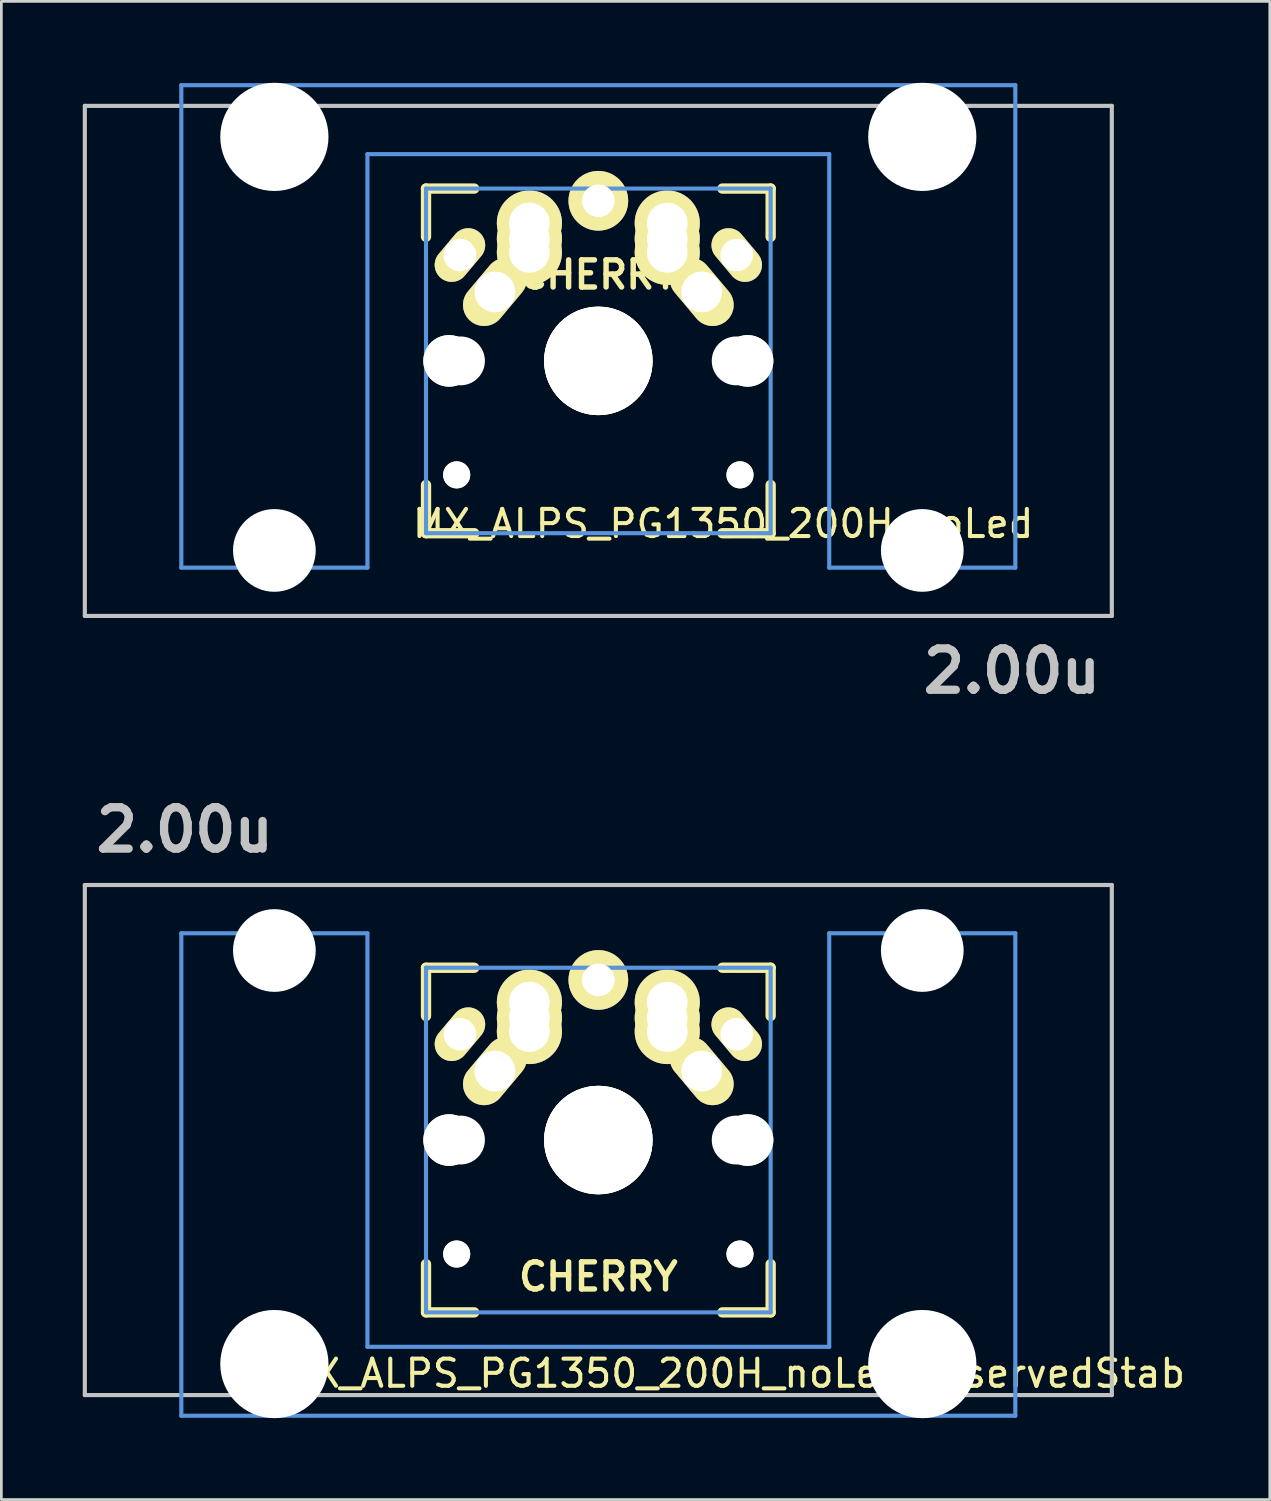
<source format=kicad_pcb>
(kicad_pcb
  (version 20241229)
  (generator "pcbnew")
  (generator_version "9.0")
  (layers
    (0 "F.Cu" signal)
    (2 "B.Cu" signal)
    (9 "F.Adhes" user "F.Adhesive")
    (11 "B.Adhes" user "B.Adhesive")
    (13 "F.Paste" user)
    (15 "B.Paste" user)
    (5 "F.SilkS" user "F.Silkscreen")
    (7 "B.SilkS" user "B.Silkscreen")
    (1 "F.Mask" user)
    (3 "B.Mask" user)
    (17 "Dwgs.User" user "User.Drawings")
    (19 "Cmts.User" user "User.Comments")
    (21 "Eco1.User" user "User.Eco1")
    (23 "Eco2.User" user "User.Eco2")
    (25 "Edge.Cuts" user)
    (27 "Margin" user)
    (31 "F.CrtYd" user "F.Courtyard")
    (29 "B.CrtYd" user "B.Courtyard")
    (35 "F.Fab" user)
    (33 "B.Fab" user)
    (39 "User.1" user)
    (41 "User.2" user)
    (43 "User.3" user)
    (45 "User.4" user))
  (footprint "MX_ALPS_PG1350_200H_noLed_reservedStab"
    (layer "F.Cu")
    (at 18.999 38.962)
    (property "Reference" "MX_ALPS_PG1350_200H_noLed_reservedStab" (at 5 8.6 180) (layer "F.SilkS") (effects (font (size 1 1) (thickness 0.15))))
    (attr through_hole)
    (fp_line (start -6.35 -6.35) (end -4.572 -6.35) (stroke (width 0.381) (type solid)) (layer "F.SilkS"))
    (fp_line (start -6.35 -4.572) (end -6.35 -6.35) (stroke (width 0.381) (type solid)) (layer "F.SilkS"))
    (fp_line (start -6.35 6.35) (end -6.35 4.572) (stroke (width 0.381) (type solid)) (layer "F.SilkS"))
    (fp_line (start -4.572 6.35) (end -6.35 6.35) (stroke (width 0.381) (type solid)) (layer "F.SilkS"))
    (fp_line (start 4.572 -6.35) (end 6.35 -6.35) (stroke (width 0.381) (type solid)) (layer "F.SilkS"))
    (fp_line (start 6.35 -6.35) (end 6.35 -4.572) (stroke (width 0.381) (type solid)) (layer "F.SilkS"))
    (fp_line (start 6.35 4.572) (end 6.35 6.35) (stroke (width 0.381) (type solid)) (layer "F.SilkS"))
    (fp_line (start 6.35 6.35) (end 4.572 6.35) (stroke (width 0.381) (type solid)) (layer "F.SilkS"))
    (fp_line (start -18.923 -9.398) (end 18.923 -9.398) (stroke (width 0.152) (type solid)) (layer "Dwgs.User"))
    (fp_line (start -18.923 9.398) (end -18.923 -9.398) (stroke (width 0.152) (type solid)) (layer "Dwgs.User"))
    (fp_line (start 18.923 -9.398) (end 18.923 9.398) (stroke (width 0.152) (type solid)) (layer "Dwgs.User"))
    (fp_line (start 18.923 9.398) (end -18.923 9.398) (stroke (width 0.152) (type solid)) (layer "Dwgs.User"))
    (fp_line (start -15.367 -7.62) (end -15.367 10.16) (stroke (width 0.152) (type solid)) (layer "Cmts.User"))
    (fp_line (start -15.367 10.16) (end 15.367 10.16) (stroke (width 0.152) (type solid)) (layer "Cmts.User"))
    (fp_line (start -8.509 -7.62) (end -15.367 -7.62) (stroke (width 0.152) (type solid)) (layer "Cmts.User"))
    (fp_line (start -8.509 7.62) (end -8.509 -7.62) (stroke (width 0.152) (type solid)) (layer "Cmts.User"))
    (fp_line (start -6.35 -6.35) (end 6.35 -6.35) (stroke (width 0.152) (type solid)) (layer "Cmts.User"))
    (fp_line (start -6.35 6.35) (end -6.35 -6.35) (stroke (width 0.152) (type solid)) (layer "Cmts.User"))
    (fp_line (start 6.35 -6.35) (end 6.35 6.35) (stroke (width 0.152) (type solid)) (layer "Cmts.User"))
    (fp_line (start 6.35 6.35) (end -6.35 6.35) (stroke (width 0.152) (type solid)) (layer "Cmts.User"))
    (fp_line (start 8.509 -7.62) (end 8.509 7.62) (stroke (width 0.152) (type solid)) (layer "Cmts.User"))
    (fp_line (start 8.509 7.62) (end -8.509 7.62) (stroke (width 0.152) (type solid)) (layer "Cmts.User"))
    (fp_line (start 15.367 -7.62) (end 8.509 -7.62) (stroke (width 0.152) (type solid)) (layer "Cmts.User"))
    (fp_line (start 15.367 10.16) (end 15.367 -7.62) (stroke (width 0.152) (type solid)) (layer "Cmts.User"))
    (fp_line (start -16.129 -2.286) (end -15.265 -2.286) (stroke (width 0.152) (type solid)) (layer "Eco2.User"))
    (fp_line (start -16.129 0.508) (end -16.129 -2.286) (stroke (width 0.152) (type solid)) (layer "Eco2.User"))
    (fp_line (start -15.265 -5.69) (end -8.611 -5.69) (stroke (width 0.152) (type solid)) (layer "Eco2.User"))
    (fp_line (start -15.265 -2.286) (end -15.265 -5.69) (stroke (width 0.152) (type solid)) (layer "Eco2.User"))
    (fp_line (start -15.265 0.508) (end -16.129 0.508) (stroke (width 0.152) (type solid)) (layer "Eco2.User"))
    (fp_line (start -15.265 6.604) (end -15.265 0.508) (stroke (width 0.152) (type solid)) (layer "Eco2.User"))
    (fp_line (start -14.224 6.604) (end -15.265 6.604) (stroke (width 0.152) (type solid)) (layer "Eco2.User"))
    (fp_line (start -14.224 7.772) (end -14.224 6.604) (stroke (width 0.152) (type solid)) (layer "Eco2.User"))
    (fp_line (start -9.652 6.604) (end -9.652 7.772) (stroke (width 0.152) (type solid)) (layer "Eco2.User"))
    (fp_line (start -9.652 7.772) (end -14.224 7.772) (stroke (width 0.152) (type solid)) (layer "Eco2.User"))
    (fp_line (start -8.611 -5.69) (end -8.611 -4.877) (stroke (width 0.152) (type solid)) (layer "Eco2.User"))
    (fp_line (start -8.611 -4.877) (end -6.985 -4.877) (stroke (width 0.152) (type solid)) (layer "Eco2.User"))
    (fp_line (start -8.611 5.817) (end -8.611 6.604) (stroke (width 0.152) (type solid)) (layer "Eco2.User"))
    (fp_line (start -8.611 6.604) (end -9.652 6.604) (stroke (width 0.152) (type solid)) (layer "Eco2.User"))
    (fp_line (start -6.985 -6.985) (end 6.985 -6.985) (stroke (width 0.152) (type solid)) (layer "Eco2.User"))
    (fp_line (start -6.985 -4.877) (end -6.985 -6.985) (stroke (width 0.152) (type solid)) (layer "Eco2.User"))
    (fp_line (start -6.985 5.817) (end -8.611 5.817) (stroke (width 0.152) (type solid)) (layer "Eco2.User"))
    (fp_line (start -6.985 6.985) (end -6.985 5.817) (stroke (width 0.152) (type solid)) (layer "Eco2.User"))
    (fp_line (start 6.985 -6.985) (end 6.985 -4.877) (stroke (width 0.152) (type solid)) (layer "Eco2.User"))
    (fp_line (start 6.985 -4.877) (end 8.611 -4.877) (stroke (width 0.152) (type solid)) (layer "Eco2.User"))
    (fp_line (start 6.985 5.817) (end 6.985 6.985) (stroke (width 0.152) (type solid)) (layer "Eco2.User"))
    (fp_line (start 6.985 6.985) (end -6.985 6.985) (stroke (width 0.152) (type solid)) (layer "Eco2.User"))
    (fp_line (start 8.611 -5.69) (end 15.265 -5.69) (stroke (width 0.152) (type solid)) (layer "Eco2.User"))
    (fp_line (start 8.611 -4.877) (end 8.611 -5.69) (stroke (width 0.152) (type solid)) (layer "Eco2.User"))
    (fp_line (start 8.611 5.817) (end 6.985 5.817) (stroke (width 0.152) (type solid)) (layer "Eco2.User"))
    (fp_line (start 8.611 6.604) (end 8.611 5.817) (stroke (width 0.152) (type solid)) (layer "Eco2.User"))
    (fp_line (start 9.652 6.604) (end 8.611 6.604) (stroke (width 0.152) (type solid)) (layer "Eco2.User"))
    (fp_line (start 9.652 7.772) (end 9.652 6.604) (stroke (width 0.152) (type solid)) (layer "Eco2.User"))
    (fp_line (start 14.224 6.604) (end 14.224 7.772) (stroke (width 0.152) (type solid)) (layer "Eco2.User"))
    (fp_line (start 14.224 7.772) (end 9.652 7.772) (stroke (width 0.152) (type solid)) (layer "Eco2.User"))
    (fp_line (start 15.265 -5.69) (end 15.265 -2.286) (stroke (width 0.152) (type solid)) (layer "Eco2.User"))
    (fp_line (start 15.265 -2.286) (end 16.129 -2.286) (stroke (width 0.152) (type solid)) (layer "Eco2.User"))
    (fp_line (start 15.265 0.508) (end 15.265 6.604) (stroke (width 0.152) (type solid)) (layer "Eco2.User"))
    (fp_line (start 15.265 6.604) (end 14.224 6.604) (stroke (width 0.152) (type solid)) (layer "Eco2.User"))
    (fp_line (start 16.129 -2.286) (end 16.129 0.508) (stroke (width 0.152) (type solid)) (layer "Eco2.User"))
    (fp_line (start 16.129 0.508) (end 15.265 0.508) (stroke (width 0.152) (type solid)) (layer "Eco2.User"))
    (fp_text user "CHERRY" (at 0 5.035 0) (layer "F.SilkS") (effects (font (size 1 1) (thickness 0.2))))
    (fp_text user "2.00u" (at -15.24 -11.43 180) (layer "Dwgs.User") (effects (font (size 1.524 1.524) (thickness 0.305))))
    (pad "" np_thru_hole circle (at -11.938 -6.985) (size 3.048 3.048) (drill 3.048) (layers "*.Cu"))
    (pad "" np_thru_hole circle (at -11.938 8.255) (size 3.988 3.988) (drill 3.988) (layers "*.Cu"))
    (pad "" np_thru_hole circle (at -5.5 0 90) (size 1.9 1.9) (drill 1.9) (layers "*.Cu" "*.Mask" "F.SilkS"))
    (pad "" np_thru_hole circle (at -5.22 4.2) (size 1 1) (drill 1) (layers "*.Cu" "*.Mask" "F.SilkS"))
    (pad "" np_thru_hole circle (at -5.08 0) (size 1.7 1.7) (drill 1.7) (layers "*.Cu" "*.Mask" "F.SilkS"))
    (pad "" np_thru_hole circle (at -5.08 0 180) (size 1.8 1.8) (drill 1.8) (layers "*.Cu"))
    (pad "" np_thru_hole circle (at 0 0 180) (size 3.988 3.988) (drill 3.988) (layers "*.Cu"))
    (pad "" np_thru_hole circle (at 0 0 90) (size 4 4) (drill 4) (layers "*.Cu" "*.Mask" "F.SilkS"))
    (pad "" np_thru_hole circle (at 5.08 0) (size 1.7 1.7) (drill 1.7) (layers "*.Cu" "*.Mask" "F.SilkS"))
    (pad "" np_thru_hole circle (at 5.08 0 180) (size 1.8 1.8) (drill 1.8) (layers "*.Cu"))
    (pad "" np_thru_hole circle (at 5.22 4.2) (size 1 1) (drill 1) (layers "*.Cu" "*.Mask" "F.SilkS"))
    (pad "" np_thru_hole circle (at 5.5 0 90) (size 1.9 1.9) (drill 1.9) (layers "*.Cu" "*.Mask" "F.SilkS"))
    (pad "" np_thru_hole circle (at 11.938 -6.985) (size 3.048 3.048) (drill 3.048) (layers "*.Cu"))
    (pad "" np_thru_hole circle (at 11.938 8.255) (size 3.988 3.988) (drill 3.988) (layers "*.Cu"))
    (pad "1" thru_hole oval (at -5.1 -3.9 50) (size 2.2 1.25) (drill 1.2) (layers "*.Cu" "*.Mask" "F.SilkS"))
    (pad "1" thru_hole oval (at -3.81 -2.54 50) (size 2.8 1.55) (drill 1.5) (layers "*.Cu" "*.Mask" "F.SilkS"))
    (pad "1" thru_hole circle (at -2.54 -5.08) (size 2.4 2.4) (drill 1.5) (layers "*.Cu" "*.Mask" "F.SilkS"))
    (pad "1" thru_hole circle (at -2.54 -4.5) (size 2.4 2.4) (drill 1.5) (layers "*.Cu" "*.Mask" "F.SilkS"))
    (pad "1" thru_hole circle (at -2.54 -4) (size 2.4 2.4) (drill 1.5) (layers "*.Cu" "*.Mask" "F.SilkS"))
    (pad "1" thru_hole oval (at 5.1 -3.9 310) (size 2.2 1.25) (drill 1.2) (layers "*.Cu" "*.Mask" "F.SilkS"))
    (pad "2" thru_hole circle (at 0 -5.9 90) (size 2.2 2.2) (drill 1.2) (layers "*.Cu" "*.Mask" "F.SilkS"))
    (pad "2" thru_hole circle (at 2.54 -5.08) (size 2.4 2.4) (drill 1.5) (layers "*.Cu" "*.Mask" "F.SilkS"))
    (pad "2" thru_hole circle (at 2.54 -4.5) (size 2.4 2.4) (drill 1.5) (layers "*.Cu" "*.Mask" "F.SilkS"))
    (pad "2" thru_hole circle (at 2.54 -4) (size 2.4 2.4) (drill 1.5) (layers "*.Cu" "*.Mask" "F.SilkS"))
    (pad "2" thru_hole oval (at 3.81 -2.54 310) (size 2.8 1.55) (drill 1.5) (layers "*.Cu" "*.Mask" "F.SilkS")))
  (footprint "MX_ALPS_PG1350_200H_noLed"
    (layer "F.Cu")
    (at 18.999 10.249)
    (property "Reference" "MX_ALPS_PG1350_200H_noLed" (at 4.6 6 0) (layer "F.SilkS") (effects (font (size 1 1) (thickness 0.15))))
    (attr through_hole)
    (fp_line (start -6.35 -6.35) (end -4.572 -6.35) (stroke (width 0.381) (type solid)) (layer "F.SilkS"))
    (fp_line (start -6.35 -4.572) (end -6.35 -6.35) (stroke (width 0.381) (type solid)) (layer "F.SilkS"))
    (fp_line (start -6.35 6.35) (end -6.35 4.572) (stroke (width 0.381) (type solid)) (layer "F.SilkS"))
    (fp_line (start -4.572 6.35) (end -6.35 6.35) (stroke (width 0.381) (type solid)) (layer "F.SilkS"))
    (fp_line (start 4.572 -6.35) (end 6.35 -6.35) (stroke (width 0.381) (type solid)) (layer "F.SilkS"))
    (fp_line (start 6.35 -6.35) (end 6.35 -4.572) (stroke (width 0.381) (type solid)) (layer "F.SilkS"))
    (fp_line (start 6.35 4.572) (end 6.35 6.35) (stroke (width 0.381) (type solid)) (layer "F.SilkS"))
    (fp_line (start 6.35 6.35) (end 4.572 6.35) (stroke (width 0.381) (type solid)) (layer "F.SilkS"))
    (fp_line (start -18.923 -9.398) (end 18.923 -9.398) (stroke (width 0.152) (type solid)) (layer "Dwgs.User"))
    (fp_line (start -18.923 9.398) (end -18.923 -9.398) (stroke (width 0.152) (type solid)) (layer "Dwgs.User"))
    (fp_line (start 18.923 -9.398) (end 18.923 9.398) (stroke (width 0.152) (type solid)) (layer "Dwgs.User"))
    (fp_line (start 18.923 9.398) (end -18.923 9.398) (stroke (width 0.152) (type solid)) (layer "Dwgs.User"))
    (fp_line (start -15.367 -10.16) (end -15.367 7.62) (stroke (width 0.152) (type solid)) (layer "Cmts.User"))
    (fp_line (start -15.367 7.62) (end -8.509 7.62) (stroke (width 0.152) (type solid)) (layer "Cmts.User"))
    (fp_line (start -8.509 -7.62) (end 8.509 -7.62) (stroke (width 0.152) (type solid)) (layer "Cmts.User"))
    (fp_line (start -8.509 7.62) (end -8.509 -7.62) (stroke (width 0.152) (type solid)) (layer "Cmts.User"))
    (fp_line (start -6.35 -6.35) (end 6.35 -6.35) (stroke (width 0.152) (type solid)) (layer "Cmts.User"))
    (fp_line (start -6.35 6.35) (end -6.35 -6.35) (stroke (width 0.152) (type solid)) (layer "Cmts.User"))
    (fp_line (start 6.35 -6.35) (end 6.35 6.35) (stroke (width 0.152) (type solid)) (layer "Cmts.User"))
    (fp_line (start 6.35 6.35) (end -6.35 6.35) (stroke (width 0.152) (type solid)) (layer "Cmts.User"))
    (fp_line (start 8.509 -7.62) (end 8.509 7.62) (stroke (width 0.152) (type solid)) (layer "Cmts.User"))
    (fp_line (start 8.509 7.62) (end 15.367 7.62) (stroke (width 0.152) (type solid)) (layer "Cmts.User"))
    (fp_line (start 15.367 -10.16) (end -15.367 -10.16) (stroke (width 0.152) (type solid)) (layer "Cmts.User"))
    (fp_line (start 15.367 7.62) (end 15.367 -10.16) (stroke (width 0.152) (type solid)) (layer "Cmts.User"))
    (fp_line (start -16.129 -0.508) (end -15.265 -0.508) (stroke (width 0.152) (type solid)) (layer "Eco2.User"))
    (fp_line (start -16.129 2.286) (end -16.129 -0.508) (stroke (width 0.152) (type solid)) (layer "Eco2.User"))
    (fp_line (start -15.265 -6.604) (end -14.224 -6.604) (stroke (width 0.152) (type solid)) (layer "Eco2.User"))
    (fp_line (start -15.265 -0.508) (end -15.265 -6.604) (stroke (width 0.152) (type solid)) (layer "Eco2.User"))
    (fp_line (start -15.265 2.286) (end -16.129 2.286) (stroke (width 0.152) (type solid)) (layer "Eco2.User"))
    (fp_line (start -15.265 5.69) (end -15.265 2.286) (stroke (width 0.152) (type solid)) (layer "Eco2.User"))
    (fp_line (start -14.224 -7.772) (end -9.652 -7.772) (stroke (width 0.152) (type solid)) (layer "Eco2.User"))
    (fp_line (start -14.224 -6.604) (end -14.224 -7.772) (stroke (width 0.152) (type solid)) (layer "Eco2.User"))
    (fp_line (start -9.652 -7.772) (end -9.652 -6.604) (stroke (width 0.152) (type solid)) (layer "Eco2.User"))
    (fp_line (start -9.652 -6.604) (end -8.611 -6.604) (stroke (width 0.152) (type solid)) (layer "Eco2.User"))
    (fp_line (start -9 -9) (end 9 -9) (stroke (width 0.15) (type solid)) (layer "Eco2.User"))
    (fp_line (start -9 9) (end -9 -9) (stroke (width 0.15) (type solid)) (layer "Eco2.User"))
    (fp_line (start -8.611 -6.604) (end -8.611 -5.817) (stroke (width 0.152) (type solid)) (layer "Eco2.User"))
    (fp_line (start -8.611 -5.817) (end -6.985 -5.817) (stroke (width 0.152) (type solid)) (layer "Eco2.User"))
    (fp_line (start -8.611 4.877) (end -8.611 5.69) (stroke (width 0.152) (type solid)) (layer "Eco2.User"))
    (fp_line (start -8.611 5.69) (end -15.265 5.69) (stroke (width 0.152) (type solid)) (layer "Eco2.User"))
    (fp_line (start -7 -7) (end 7 -7) (stroke (width 0.15) (type solid)) (layer "Eco2.User"))
    (fp_line (start -7 7) (end -7 -7) (stroke (width 0.15) (type solid)) (layer "Eco2.User"))
    (fp_line (start -6.985 -6.985) (end 6.985 -6.985) (stroke (width 0.152) (type solid)) (layer "Eco2.User"))
    (fp_line (start -6.985 -5.817) (end -6.985 -6.985) (stroke (width 0.152) (type solid)) (layer "Eco2.User"))
    (fp_line (start -6.985 4.877) (end -8.611 4.877) (stroke (width 0.152) (type solid)) (layer "Eco2.User"))
    (fp_line (start -6.985 6.985) (end -6.985 4.877) (stroke (width 0.152) (type solid)) (layer "Eco2.User"))
    (fp_line (start 6.985 -6.985) (end 6.985 -5.817) (stroke (width 0.152) (type solid)) (layer "Eco2.User"))
    (fp_line (start 6.985 -5.817) (end 8.611 -5.817) (stroke (width 0.152) (type solid)) (layer "Eco2.User"))
    (fp_line (start 6.985 4.877) (end 6.985 6.985) (stroke (width 0.152) (type solid)) (layer "Eco2.User"))
    (fp_line (start 6.985 6.985) (end -6.985 6.985) (stroke (width 0.152) (type solid)) (layer "Eco2.User"))
    (fp_line (start 7 -7) (end 7 7) (stroke (width 0.15) (type solid)) (layer "Eco2.User"))
    (fp_line (start 7 7) (end -7 7) (stroke (width 0.15) (type solid)) (layer "Eco2.User"))
    (fp_line (start 8.611 -6.604) (end 9.652 -6.604) (stroke (width 0.152) (type solid)) (layer "Eco2.User"))
    (fp_line (start 8.611 -5.817) (end 8.611 -6.604) (stroke (width 0.152) (type solid)) (layer "Eco2.User"))
    (fp_line (start 8.611 4.877) (end 6.985 4.877) (stroke (width 0.152) (type solid)) (layer "Eco2.User"))
    (fp_line (start 8.611 5.69) (end 8.611 4.877) (stroke (width 0.152) (type solid)) (layer "Eco2.User"))
    (fp_line (start 9 -9) (end 9 9) (stroke (width 0.15) (type solid)) (layer "Eco2.User"))
    (fp_line (start 9 9) (end -9 9) (stroke (width 0.15) (type solid)) (layer "Eco2.User"))
    (fp_line (start 9.652 -7.772) (end 14.224 -7.772) (stroke (width 0.152) (type solid)) (layer "Eco2.User"))
    (fp_line (start 9.652 -6.604) (end 9.652 -7.772) (stroke (width 0.152) (type solid)) (layer "Eco2.User"))
    (fp_line (start 14.224 -7.772) (end 14.224 -6.604) (stroke (width 0.152) (type solid)) (layer "Eco2.User"))
    (fp_line (start 14.224 -6.604) (end 15.265 -6.604) (stroke (width 0.152) (type solid)) (layer "Eco2.User"))
    (fp_line (start 15.265 -6.604) (end 15.265 -0.508) (stroke (width 0.152) (type solid)) (layer "Eco2.User"))
    (fp_line (start 15.265 -0.508) (end 16.129 -0.508) (stroke (width 0.152) (type solid)) (layer "Eco2.User"))
    (fp_line (start 15.265 2.286) (end 15.265 5.69) (stroke (width 0.152) (type solid)) (layer "Eco2.User"))
    (fp_line (start 15.265 5.69) (end 8.611 5.69) (stroke (width 0.152) (type solid)) (layer "Eco2.User"))
    (fp_line (start 16.129 -0.508) (end 16.129 2.286) (stroke (width 0.152) (type solid)) (layer "Eco2.User"))
    (fp_line (start 16.129 2.286) (end 15.265 2.286) (stroke (width 0.152) (type solid)) (layer "Eco2.User"))
    (fp_text user "CHERRY" (at 0 -3.175 180) (layer "F.SilkS") (effects (font (size 1 1) (thickness 0.2))))
    (fp_text user "2.00u" (at 15.24 11.43 180) (layer "Dwgs.User") (effects (font (size 1.524 1.524) (thickness 0.305))))
    (pad "" np_thru_hole circle (at -11.938 -8.255 180) (size 3.988 3.988) (drill 3.988) (layers "*.Cu"))
    (pad "" np_thru_hole circle (at -11.938 6.985 180) (size 3.048 3.048) (drill 3.048) (layers "*.Cu"))
    (pad "" np_thru_hole circle (at -5.5 0 90) (size 1.9 1.9) (drill 1.9) (layers "*.Cu" "*.Mask" "F.SilkS"))
    (pad "" np_thru_hole circle (at -5.22 4.2) (size 1 1) (drill 1) (layers "*.Cu" "*.Mask" "F.SilkS"))
    (pad "" np_thru_hole circle (at -5.08 0) (size 1.7 1.7) (drill 1.7) (layers "*.Cu" "*.Mask" "F.SilkS"))
    (pad "" np_thru_hole circle (at -5.08 0 180) (size 1.8 1.8) (drill 1.8) (layers "*.Cu"))
    (pad "" np_thru_hole circle (at 0 0 180) (size 3.988 3.988) (drill 3.988) (layers "*.Cu"))
    (pad "" np_thru_hole circle (at 0 0 90) (size 4 4) (drill 4) (layers "*.Cu" "*.Mask" "F.SilkS"))
    (pad "" np_thru_hole circle (at 5.08 0) (size 1.7 1.7) (drill 1.7) (layers "*.Cu" "*.Mask" "F.SilkS"))
    (pad "" np_thru_hole circle (at 5.08 0 180) (size 1.8 1.8) (drill 1.8) (layers "*.Cu"))
    (pad "" np_thru_hole circle (at 5.22 4.2) (size 1 1) (drill 1) (layers "*.Cu" "*.Mask" "F.SilkS"))
    (pad "" np_thru_hole circle (at 5.5 0 90) (size 1.9 1.9) (drill 1.9) (layers "*.Cu" "*.Mask" "F.SilkS"))
    (pad "" np_thru_hole circle (at 11.938 -8.255 180) (size 3.988 3.988) (drill 3.988) (layers "*.Cu"))
    (pad "" np_thru_hole circle (at 11.938 6.985 180) (size 3.048 3.048) (drill 3.048) (layers "*.Cu"))
    (pad "1" thru_hole oval (at -5.1 -3.9 50) (size 2.2 1.25) (drill 1.2) (layers "*.Cu" "*.Mask" "F.SilkS"))
    (pad "1" thru_hole oval (at -3.81 -2.54 50) (size 2.8 1.55) (drill 1.5) (layers "*.Cu" "*.Mask" "F.SilkS"))
    (pad "1" thru_hole circle (at -2.54 -5.08) (size 2.4 2.4) (drill 1.5) (layers "*.Cu" "*.Mask" "F.SilkS"))
    (pad "1" thru_hole circle (at -2.54 -4.5) (size 2.4 2.4) (drill 1.5) (layers "*.Cu" "*.Mask" "F.SilkS"))
    (pad "1" thru_hole circle (at -2.54 -4) (size 2.4 2.4) (drill 1.5) (layers "*.Cu" "*.Mask" "F.SilkS"))
    (pad "1" thru_hole oval (at 5.1 -3.9 310) (size 2.2 1.25) (drill 1.2) (layers "*.Cu" "*.Mask" "F.SilkS"))
    (pad "2" thru_hole circle (at 0 -5.9 90) (size 2.2 2.2) (drill 1.2) (layers "*.Cu" "*.Mask" "F.SilkS"))
    (pad "2" thru_hole circle (at 2.54 -5.08) (size 2.4 2.4) (drill 1.5) (layers "*.Cu" "*.Mask" "F.SilkS"))
    (pad "2" thru_hole circle (at 2.54 -4.5) (size 2.4 2.4) (drill 1.5) (layers "*.Cu" "*.Mask" "F.SilkS"))
    (pad "2" thru_hole circle (at 2.54 -4) (size 2.4 2.4) (drill 1.5) (layers "*.Cu" "*.Mask" "F.SilkS"))
    (pad "2" thru_hole oval (at 3.81 -2.54 310) (size 2.8 1.55) (drill 1.5) (layers "*.Cu" "*.Mask" "F.SilkS")))
  (gr_rect
    (start -3 -3)
    (end 43.743 52.211)
    (stroke (width 0.1) (type default))
    (fill no)
    (layer "Edge.Cuts")))
</source>
